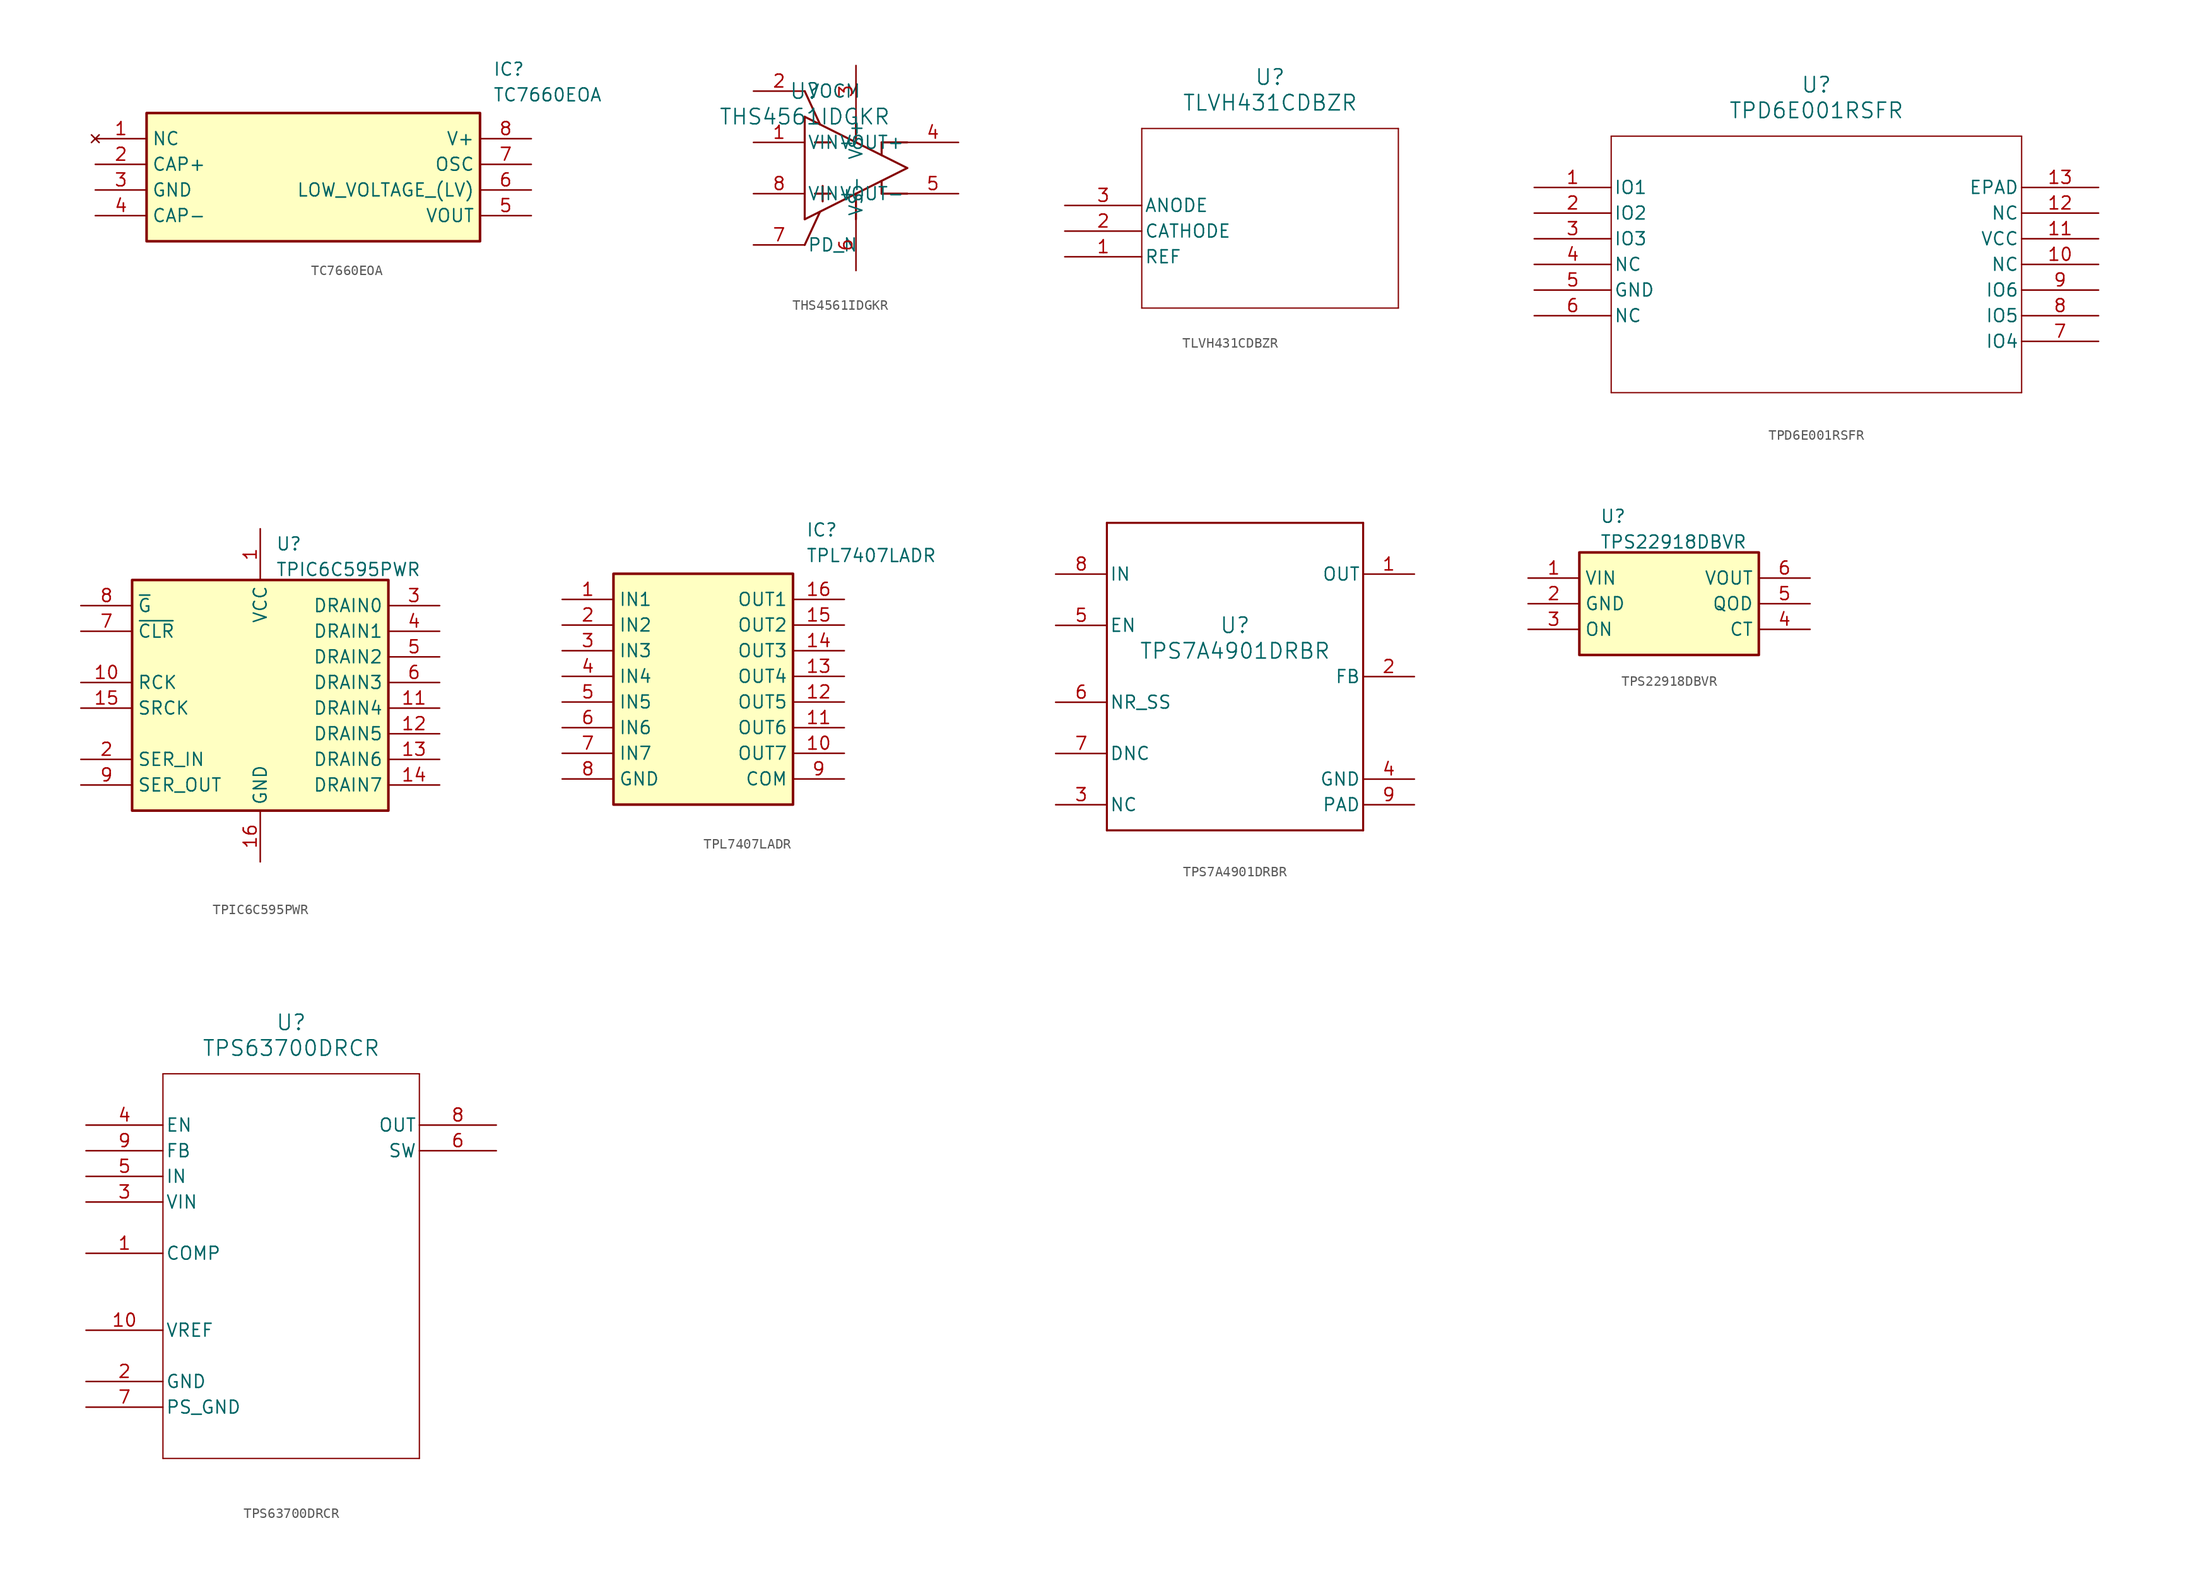
<source format=kicad_sym>
(kicad_symbol_lib
  (version 20241209)
  (generator "kicad_symbol_editor")
  (generator_version "9.0")
  (symbol "TC7660EOA"
    (property "Reference" "IC"
      (at 39.37 7.62 0)
      (effects (font (size 1.27 1.27)) (justify left top)))
    (property "Value" "TC7660EOA"
      (at 39.37 5.08 0)
      (effects (font (size 1.27 1.27)) (justify left top)))
    (symbol "TC7660EOA_1_1"
      (rectangle (start 5.08 2.54) (end 38.1 -10.16) (stroke (width 0.254) (type default)) (fill (type background)))
      (pin no_connect line (at 0 0 0) (length 5.08) (name "NC" (effects (font (size 1.27 1.27)))) (number "1" (effects (font (size 1.27 1.27)))))
      (pin passive line (at 0 -2.54 0) (length 5.08) (name "CAP+" (effects (font (size 1.27 1.27)))) (number "2" (effects (font (size 1.27 1.27)))))
      (pin passive line (at 0 -5.08 0) (length 5.08) (name "GND" (effects (font (size 1.27 1.27)))) (number "3" (effects (font (size 1.27 1.27)))))
      (pin passive line (at 0 -7.62 0) (length 5.08) (name "CAP-" (effects (font (size 1.27 1.27)))) (number "4" (effects (font (size 1.27 1.27)))))
      (pin passive line (at 43.18 0 180) (length 5.08) (name "V+" (effects (font (size 1.27 1.27)))) (number "8" (effects (font (size 1.27 1.27)))))
      (pin passive line (at 43.18 -2.54 180) (length 5.08) (name "OSC" (effects (font (size 1.27 1.27)))) (number "7" (effects (font (size 1.27 1.27)))))
      (pin passive line (at 43.18 -5.08 180) (length 5.08) (name "LOW_VOLTAGE_(LV)" (effects (font (size 1.27 1.27)))) (number "6" (effects (font (size 1.27 1.27)))))
      (pin passive line (at 43.18 -7.62 180) (length 5.08) (name "VOUT" (effects (font (size 1.27 1.27)))) (number "5" (effects (font (size 1.27 1.27)))))))
  (symbol "THS4561IDGKR"
    (pin_names
      (offset 0.254))
    (property "Reference" "U"
      (at 0 2.54 0)
      (effects (font (size 1.524 1.524))))
    (property "Value" "THS4561IDGKR"
      (at 0 0 0)
      (effects (font (size 1.524 1.524))))
    (property "ki_locked" ""
      (at 0 0 0)
      (effects (font (size 1.27 1.27))))
    (symbol "THS4561IDGKR_0_1"
      (polyline (pts (xy 0 0) (xy 0 -10.16)) (stroke (width 0.203) (type default)) (fill (type none)))
      (polyline (pts (xy 0 0) (xy 10.16 -5.08)) (stroke (width 0.203) (type default)) (fill (type none)))
      (polyline (pts (xy 0 -10.16) (xy 10.16 -5.08)) (stroke (width 0.203) (type default)) (fill (type none)))
      (polyline (pts (xy 1.016 -2.54) (xy 2.54 -2.54)) (stroke (width 0.203) (type default)) (fill (type none)))
      (polyline (pts (xy 1.016 -7.62) (xy 2.54 -7.62)) (stroke (width 0.203) (type default)) (fill (type none)))
      (polyline (pts (xy 1.524 -0.762) (xy 0 2.54)) (stroke (width 0.203) (type default)) (fill (type none)))
      (polyline (pts (xy 1.524 -9.398) (xy 0 -12.7)) (stroke (width 0.203) (type default)) (fill (type none)))
      (polyline (pts (xy 1.778 -6.858) (xy 1.778 -8.382)) (stroke (width 0.203) (type default)) (fill (type none)))
      (polyline (pts (xy 5.08 -2.54) (xy 5.08 0)) (stroke (width 0.203) (type default)) (fill (type none)))
      (polyline (pts (xy 5.08 -7.62) (xy 5.08 -10.16)) (stroke (width 0.203) (type default)) (fill (type none)))
      (polyline (pts (xy 7.62 -2.54) (xy 7.62 -3.81)) (stroke (width 0.203) (type default)) (fill (type none)))
      (polyline (pts (xy 7.62 -2.54) (xy 10.16 -2.54)) (stroke (width 0.203) (type default)) (fill (type none)))
      (polyline (pts (xy 7.62 -7.62) (xy 7.62 -6.35)) (stroke (width 0.203) (type default)) (fill (type none)))
      (polyline (pts (xy 7.62 -7.62) (xy 10.16 -7.62)) (stroke (width 0.203) (type default)) (fill (type none)))
      (pin input line (at -5.08 2.54 0) (length 5.08) (name "VOCM" (effects (font (size 1.27 1.27)))) (number "2" (effects (font (size 1.27 1.27)))))
      (pin input line (at -5.08 -2.54 0) (length 5.08) (name "VIN-" (effects (font (size 1.27 1.27)))) (number "1" (effects (font (size 1.27 1.27)))))
      (pin input line (at -5.08 -7.62 0) (length 5.08) (name "VIN+" (effects (font (size 1.27 1.27)))) (number "8" (effects (font (size 1.27 1.27)))))
      (pin input line (at -5.08 -12.7 0) (length 5.08) (name "PD_N" (effects (font (size 1.27 1.27)))) (number "7" (effects (font (size 1.27 1.27)))))
      (pin power_in line (at 5.08 5.08 270) (length 5.08) (name "VS+" (effects (font (size 1.27 1.27)))) (number "3" (effects (font (size 1.27 1.27)))))
      (pin power_in line (at 5.08 -15.24 90) (length 5.08) (name "VS-" (effects (font (size 1.27 1.27)))) (number "6" (effects (font (size 1.27 1.27)))))
      (pin output line (at 15.24 -2.54 180) (length 5.08) (name "VOUT+" (effects (font (size 1.27 1.27)))) (number "4" (effects (font (size 1.27 1.27)))))
      (pin output line (at 15.24 -7.62 180) (length 5.08) (name "VOUT-" (effects (font (size 1.27 1.27)))) (number "5" (effects (font (size 1.27 1.27)))))))
  (symbol "TLVH431CDBZR"
    (pin_names
      (offset 0.254))
    (property "Reference" "U"
      (at 20.32 12.7 0)
      (effects (font (size 1.524 1.524))))
    (property "Value" "TLVH431CDBZR"
      (at 20.32 10.16 0)
      (effects (font (size 1.524 1.524))))
    (property "ki_locked" ""
      (at 0 0 0)
      (effects (font (size 1.27 1.27))))
    (symbol "TLVH431CDBZR_0_1"
      (polyline (pts (xy 7.62 7.62) (xy 7.62 -10.16)) (stroke (width 0.127) (type default)) (fill (type none)))
      (polyline (pts (xy 7.62 -10.16) (xy 33.02 -10.16)) (stroke (width 0.127) (type default)) (fill (type none)))
      (polyline (pts (xy 33.02 7.62) (xy 7.62 7.62)) (stroke (width 0.127) (type default)) (fill (type none)))
      (polyline (pts (xy 33.02 -10.16) (xy 33.02 7.62)) (stroke (width 0.127) (type default)) (fill (type none)))
      (pin unspecified line (at 0 0 0) (length 7.62) (name "ANODE" (effects (font (size 1.27 1.27)))) (number "3" (effects (font (size 1.27 1.27)))))
      (pin unspecified line (at 0 -2.54 0) (length 7.62) (name "CATHODE" (effects (font (size 1.27 1.27)))) (number "2" (effects (font (size 1.27 1.27)))))
      (pin unspecified line (at 0 -5.08 0) (length 7.62) (name "REF" (effects (font (size 1.27 1.27)))) (number "1" (effects (font (size 1.27 1.27)))))))
  (symbol "TPD6E001RSFR"
    (pin_names
      (offset 0.254))
    (property "Reference" "U"
      (at 27.94 10.16 0)
      (effects (font (size 1.524 1.524))))
    (property "Value" "TPD6E001RSFR"
      (at 27.94 7.62 0)
      (effects (font (size 1.524 1.524))))
    (property "ki_locked" ""
      (at 0 0 0)
      (effects (font (size 1.27 1.27))))
    (symbol "TPD6E001RSFR_0_1"
      (polyline (pts (xy 7.62 5.08) (xy 7.62 -20.32)) (stroke (width 0.127) (type default)) (fill (type none)))
      (polyline (pts (xy 7.62 -20.32) (xy 48.26 -20.32)) (stroke (width 0.127) (type default)) (fill (type none)))
      (polyline (pts (xy 48.26 5.08) (xy 7.62 5.08)) (stroke (width 0.127) (type default)) (fill (type none)))
      (polyline (pts (xy 48.26 -20.32) (xy 48.26 5.08)) (stroke (width 0.127) (type default)) (fill (type none)))
      (pin bidirectional line (at 0 0 0) (length 7.62) (name "IO1" (effects (font (size 1.27 1.27)))) (number "1" (effects (font (size 1.27 1.27)))))
      (pin bidirectional line (at 0 -2.54 0) (length 7.62) (name "IO2" (effects (font (size 1.27 1.27)))) (number "2" (effects (font (size 1.27 1.27)))))
      (pin bidirectional line (at 0 -5.08 0) (length 7.62) (name "IO3" (effects (font (size 1.27 1.27)))) (number "3" (effects (font (size 1.27 1.27)))))
      (pin unspecified line (at 0 -7.62 0) (length 7.62) (name "NC" (effects (font (size 1.27 1.27)))) (number "4" (effects (font (size 1.27 1.27)))))
      (pin power_in line (at 0 -10.16 0) (length 7.62) (name "GND" (effects (font (size 1.27 1.27)))) (number "5" (effects (font (size 1.27 1.27)))))
      (pin unspecified line (at 0 -12.7 0) (length 7.62) (name "NC" (effects (font (size 1.27 1.27)))) (number "6" (effects (font (size 1.27 1.27)))))
      (pin unspecified line (at 55.88 0 180) (length 7.62) (name "EPAD" (effects (font (size 1.27 1.27)))) (number "13" (effects (font (size 1.27 1.27)))))
      (pin unspecified line (at 55.88 -2.54 180) (length 7.62) (name "NC" (effects (font (size 1.27 1.27)))) (number "12" (effects (font (size 1.27 1.27)))))
      (pin power_in line (at 55.88 -5.08 180) (length 7.62) (name "VCC" (effects (font (size 1.27 1.27)))) (number "11" (effects (font (size 1.27 1.27)))))
      (pin unspecified line (at 55.88 -7.62 180) (length 7.62) (name "NC" (effects (font (size 1.27 1.27)))) (number "10" (effects (font (size 1.27 1.27)))))
      (pin bidirectional line (at 55.88 -10.16 180) (length 7.62) (name "IO6" (effects (font (size 1.27 1.27)))) (number "9" (effects (font (size 1.27 1.27)))))
      (pin bidirectional line (at 55.88 -12.7 180) (length 7.62) (name "IO5" (effects (font (size 1.27 1.27)))) (number "8" (effects (font (size 1.27 1.27)))))
      (pin bidirectional line (at 55.88 -15.24 180) (length 7.62) (name "IO4" (effects (font (size 1.27 1.27)))) (number "7" (effects (font (size 1.27 1.27)))))))
  (symbol "TPIC6C595PWR"
    (property "Reference" "U"
      (at 1.524 14.478 0)
      (effects (font (size 1.27 1.27)) (justify left top)))
    (property "Value" "TPIC6C595PWR"
      (at 1.524 11.938 0)
      (effects (font (size 1.27 1.27)) (justify left top)))
    (symbol "TPIC6C595PWR_1_1"
      (rectangle (start -12.7 10.16) (end 12.7 -12.7) (stroke (width 0.254) (type default)) (fill (type background)))
      (pin passive line (at -17.78 7.62 0) (length 5.08) (name "~{G}" (effects (font (size 1.27 1.27)))) (number "8" (effects (font (size 1.27 1.27)))))
      (pin passive line (at -17.78 5.08 0) (length 5.08) (name "~{CLR}" (effects (font (size 1.27 1.27)))) (number "7" (effects (font (size 1.27 1.27)))))
      (pin passive line (at -17.78 0 0) (length 5.08) (name "RCK" (effects (font (size 1.27 1.27)))) (number "10" (effects (font (size 1.27 1.27)))))
      (pin passive line (at -17.78 -2.54 0) (length 5.08) (name "SRCK" (effects (font (size 1.27 1.27)))) (number "15" (effects (font (size 1.27 1.27)))))
      (pin passive line (at -17.78 -7.62 0) (length 5.08) (name "SER_IN" (effects (font (size 1.27 1.27)))) (number "2" (effects (font (size 1.27 1.27)))))
      (pin passive line (at -17.78 -10.16 0) (length 5.08) (name "SER_OUT" (effects (font (size 1.27 1.27)))) (number "9" (effects (font (size 1.27 1.27)))))
      (pin passive line (at 0 15.24 270) (length 5.08) (name "VCC" (effects (font (size 1.27 1.27)))) (number "1" (effects (font (size 1.27 1.27)))))
      (pin passive line (at 0 -17.78 90) (length 5.08) (name "GND" (effects (font (size 1.27 1.27)))) (number "16" (effects (font (size 1.27 1.27)))))
      (pin passive line (at 17.78 7.62 180) (length 5.08) (name "DRAIN0" (effects (font (size 1.27 1.27)))) (number "3" (effects (font (size 1.27 1.27)))))
      (pin passive line (at 17.78 5.08 180) (length 5.08) (name "DRAIN1" (effects (font (size 1.27 1.27)))) (number "4" (effects (font (size 1.27 1.27)))))
      (pin passive line (at 17.78 2.54 180) (length 5.08) (name "DRAIN2" (effects (font (size 1.27 1.27)))) (number "5" (effects (font (size 1.27 1.27)))))
      (pin passive line (at 17.78 0 180) (length 5.08) (name "DRAIN3" (effects (font (size 1.27 1.27)))) (number "6" (effects (font (size 1.27 1.27)))))
      (pin passive line (at 17.78 -2.54 180) (length 5.08) (name "DRAIN4" (effects (font (size 1.27 1.27)))) (number "11" (effects (font (size 1.27 1.27)))))
      (pin passive line (at 17.78 -5.08 180) (length 5.08) (name "DRAIN5" (effects (font (size 1.27 1.27)))) (number "12" (effects (font (size 1.27 1.27)))))
      (pin passive line (at 17.78 -7.62 180) (length 5.08) (name "DRAIN6" (effects (font (size 1.27 1.27)))) (number "13" (effects (font (size 1.27 1.27)))))
      (pin passive line (at 17.78 -10.16 180) (length 5.08) (name "DRAIN7" (effects (font (size 1.27 1.27)))) (number "14" (effects (font (size 1.27 1.27)))))))
  (symbol "TPL7407LADR"
    (property "Reference" "IC"
      (at 24.13 7.62 0)
      (effects (font (size 1.27 1.27)) (justify left top)))
    (property "Value" "TPL7407LADR"
      (at 24.13 5.08 0)
      (effects (font (size 1.27 1.27)) (justify left top)))
    (symbol "TPL7407LADR_1_1"
      (rectangle (start 5.08 2.54) (end 22.86 -20.32) (stroke (width 0.254) (type default)) (fill (type background)))
      (pin passive line (at 0 0 0) (length 5.08) (name "IN1" (effects (font (size 1.27 1.27)))) (number "1" (effects (font (size 1.27 1.27)))))
      (pin passive line (at 0 -2.54 0) (length 5.08) (name "IN2" (effects (font (size 1.27 1.27)))) (number "2" (effects (font (size 1.27 1.27)))))
      (pin passive line (at 0 -5.08 0) (length 5.08) (name "IN3" (effects (font (size 1.27 1.27)))) (number "3" (effects (font (size 1.27 1.27)))))
      (pin passive line (at 0 -7.62 0) (length 5.08) (name "IN4" (effects (font (size 1.27 1.27)))) (number "4" (effects (font (size 1.27 1.27)))))
      (pin passive line (at 0 -10.16 0) (length 5.08) (name "IN5" (effects (font (size 1.27 1.27)))) (number "5" (effects (font (size 1.27 1.27)))))
      (pin passive line (at 0 -12.7 0) (length 5.08) (name "IN6" (effects (font (size 1.27 1.27)))) (number "6" (effects (font (size 1.27 1.27)))))
      (pin passive line (at 0 -15.24 0) (length 5.08) (name "IN7" (effects (font (size 1.27 1.27)))) (number "7" (effects (font (size 1.27 1.27)))))
      (pin passive line (at 0 -17.78 0) (length 5.08) (name "GND" (effects (font (size 1.27 1.27)))) (number "8" (effects (font (size 1.27 1.27)))))
      (pin passive line (at 27.94 0 180) (length 5.08) (name "OUT1" (effects (font (size 1.27 1.27)))) (number "16" (effects (font (size 1.27 1.27)))))
      (pin passive line (at 27.94 -2.54 180) (length 5.08) (name "OUT2" (effects (font (size 1.27 1.27)))) (number "15" (effects (font (size 1.27 1.27)))))
      (pin passive line (at 27.94 -5.08 180) (length 5.08) (name "OUT3" (effects (font (size 1.27 1.27)))) (number "14" (effects (font (size 1.27 1.27)))))
      (pin passive line (at 27.94 -7.62 180) (length 5.08) (name "OUT4" (effects (font (size 1.27 1.27)))) (number "13" (effects (font (size 1.27 1.27)))))
      (pin passive line (at 27.94 -10.16 180) (length 5.08) (name "OUT5" (effects (font (size 1.27 1.27)))) (number "12" (effects (font (size 1.27 1.27)))))
      (pin passive line (at 27.94 -12.7 180) (length 5.08) (name "OUT6" (effects (font (size 1.27 1.27)))) (number "11" (effects (font (size 1.27 1.27)))))
      (pin passive line (at 27.94 -15.24 180) (length 5.08) (name "OUT7" (effects (font (size 1.27 1.27)))) (number "10" (effects (font (size 1.27 1.27)))))
      (pin passive line (at 27.94 -17.78 180) (length 5.08) (name "COM" (effects (font (size 1.27 1.27)))) (number "9" (effects (font (size 1.27 1.27)))))))
  (symbol "TPS7A4901DRBR"
    (pin_names
      (offset 0.254))
    (property "Reference" "U"
      (at 0 2.54 0)
      (effects (font (size 1.524 1.524))))
    (property "Value" "TPS7A4901DRBR"
      (at 0 0 0)
      (effects (font (size 1.524 1.524))))
    (property "ki_locked" ""
      (at 0 0 0)
      (effects (font (size 1.27 1.27))))
    (symbol "TPS7A4901DRBR_0_1"
      (polyline (pts (xy -12.7 12.7) (xy -12.7 -17.78)) (stroke (width 0.203) (type default)) (fill (type none)))
      (polyline (pts (xy -12.7 -17.78) (xy 12.7 -17.78)) (stroke (width 0.203) (type default)) (fill (type none)))
      (polyline (pts (xy 12.7 12.7) (xy -12.7 12.7)) (stroke (width 0.203) (type default)) (fill (type none)))
      (polyline (pts (xy 12.7 -17.78) (xy 12.7 12.7)) (stroke (width 0.203) (type default)) (fill (type none)))
      (pin power_in line (at -17.78 7.62 0) (length 5.08) (name "IN" (effects (font (size 1.27 1.27)))) (number "8" (effects (font (size 1.27 1.27)))))
      (pin input line (at -17.78 2.54 0) (length 5.08) (name "EN" (effects (font (size 1.27 1.27)))) (number "5" (effects (font (size 1.27 1.27)))))
      (pin input line (at -17.78 -5.08 0) (length 5.08) (name "NR_SS" (effects (font (size 1.27 1.27)))) (number "6" (effects (font (size 1.27 1.27)))))
      (pin unspecified line (at -17.78 -10.16 0) (length 5.08) (name "DNC" (effects (font (size 1.27 1.27)))) (number "7" (effects (font (size 1.27 1.27)))))
      (pin unspecified line (at -17.78 -15.24 0) (length 5.08) (name "NC" (effects (font (size 1.27 1.27)))) (number "3" (effects (font (size 1.27 1.27)))))
      (pin power_in line (at 17.78 7.62 180) (length 5.08) (name "OUT" (effects (font (size 1.27 1.27)))) (number "1" (effects (font (size 1.27 1.27)))))
      (pin input line (at 17.78 -2.54 180) (length 5.08) (name "FB" (effects (font (size 1.27 1.27)))) (number "2" (effects (font (size 1.27 1.27)))))
      (pin power_in line (at 17.78 -12.7 180) (length 5.08) (name "GND" (effects (font (size 1.27 1.27)))) (number "4" (effects (font (size 1.27 1.27)))))
      (pin power_in line (at 17.78 -15.24 180) (length 5.08) (name "PAD" (effects (font (size 1.27 1.27)))) (number "9" (effects (font (size 1.27 1.27)))))))
  (symbol "TPS22918DBVR"
    (property "Reference" "U"
      (at -5.588 8.128 0)
      (effects (font (size 1.27 1.27)) (justify left top)))
    (property "Value" "TPS22918DBVR"
      (at -5.588 5.588 0)
      (effects (font (size 1.27 1.27)) (justify left top)))
    (symbol "TPS22918DBVR_1_1"
      (rectangle (start -7.62 3.81) (end 10.16 -6.35) (stroke (width 0.254) (type default)) (fill (type background)))
      (pin passive line (at -12.7 1.27 0) (length 5.08) (name "VIN" (effects (font (size 1.27 1.27)))) (number "1" (effects (font (size 1.27 1.27)))))
      (pin passive line (at -12.7 -1.27 0) (length 5.08) (name "GND" (effects (font (size 1.27 1.27)))) (number "2" (effects (font (size 1.27 1.27)))))
      (pin passive line (at -12.7 -3.81 0) (length 5.08) (name "ON" (effects (font (size 1.27 1.27)))) (number "3" (effects (font (size 1.27 1.27)))))
      (pin passive line (at 15.24 1.27 180) (length 5.08) (name "VOUT" (effects (font (size 1.27 1.27)))) (number "6" (effects (font (size 1.27 1.27)))))
      (pin passive line (at 15.24 -1.27 180) (length 5.08) (name "QOD" (effects (font (size 1.27 1.27)))) (number "5" (effects (font (size 1.27 1.27)))))
      (pin passive line (at 15.24 -3.81 180) (length 5.08) (name "CT" (effects (font (size 1.27 1.27)))) (number "4" (effects (font (size 1.27 1.27)))))))
  (symbol "TPS63700DRCR"
    (pin_names
      (offset 0.254))
    (property "Reference" "U"
      (at 20.32 10.16 0)
      (effects (font (size 1.524 1.524))))
    (property "Value" "TPS63700DRCR"
      (at 20.32 7.62 0)
      (effects (font (size 1.524 1.524))))
    (property "ki_locked" ""
      (at 0 0 0)
      (effects (font (size 1.27 1.27))))
    (symbol "TPS63700DRCR_0_1"
      (polyline (pts (xy 7.62 5.08) (xy 7.62 -33.02)) (stroke (width 0.127) (type default)) (fill (type none)))
      (polyline (pts (xy 7.62 -33.02) (xy 33.02 -33.02)) (stroke (width 0.127) (type default)) (fill (type none)))
      (polyline (pts (xy 33.02 5.08) (xy 7.62 5.08)) (stroke (width 0.127) (type default)) (fill (type none)))
      (polyline (pts (xy 33.02 -33.02) (xy 33.02 5.08)) (stroke (width 0.127) (type default)) (fill (type none)))
      (pin input line (at 0 0 0) (length 7.62) (name "EN" (effects (font (size 1.27 1.27)))) (number "4" (effects (font (size 1.27 1.27)))))
      (pin input line (at 0 -2.54 0) (length 7.62) (name "FB" (effects (font (size 1.27 1.27)))) (number "9" (effects (font (size 1.27 1.27)))))
      (pin input line (at 0 -5.08 0) (length 7.62) (name "IN" (effects (font (size 1.27 1.27)))) (number "5" (effects (font (size 1.27 1.27)))))
      (pin input line (at 0 -7.62 0) (length 7.62) (name "VIN" (effects (font (size 1.27 1.27)))) (number "3" (effects (font (size 1.27 1.27)))))
      (pin bidirectional line (at 0 -12.7 0) (length 7.62) (name "COMP" (effects (font (size 1.27 1.27)))) (number "1" (effects (font (size 1.27 1.27)))))
      (pin output line (at 0 -20.32 0) (length 7.62) (name "VREF" (effects (font (size 1.27 1.27)))) (number "10" (effects (font (size 1.27 1.27)))))
      (pin power_in line (at 0 -25.4 0) (length 7.62) (name "GND" (effects (font (size 1.27 1.27)))) (number "2" (effects (font (size 1.27 1.27)))))
      (pin input line (at 0 -27.94 0) (length 7.62) (name "PS_GND" (effects (font (size 1.27 1.27)))) (number "7" (effects (font (size 1.27 1.27)))))
      (pin input line (at 40.64 0 180) (length 7.62) (name "OUT" (effects (font (size 1.27 1.27)))) (number "8" (effects (font (size 1.27 1.27)))))
      (pin output line (at 40.64 -2.54 180) (length 7.62) (name "SW" (effects (font (size 1.27 1.27)))) (number "6" (effects (font (size 1.27 1.27))))))))
</source>
